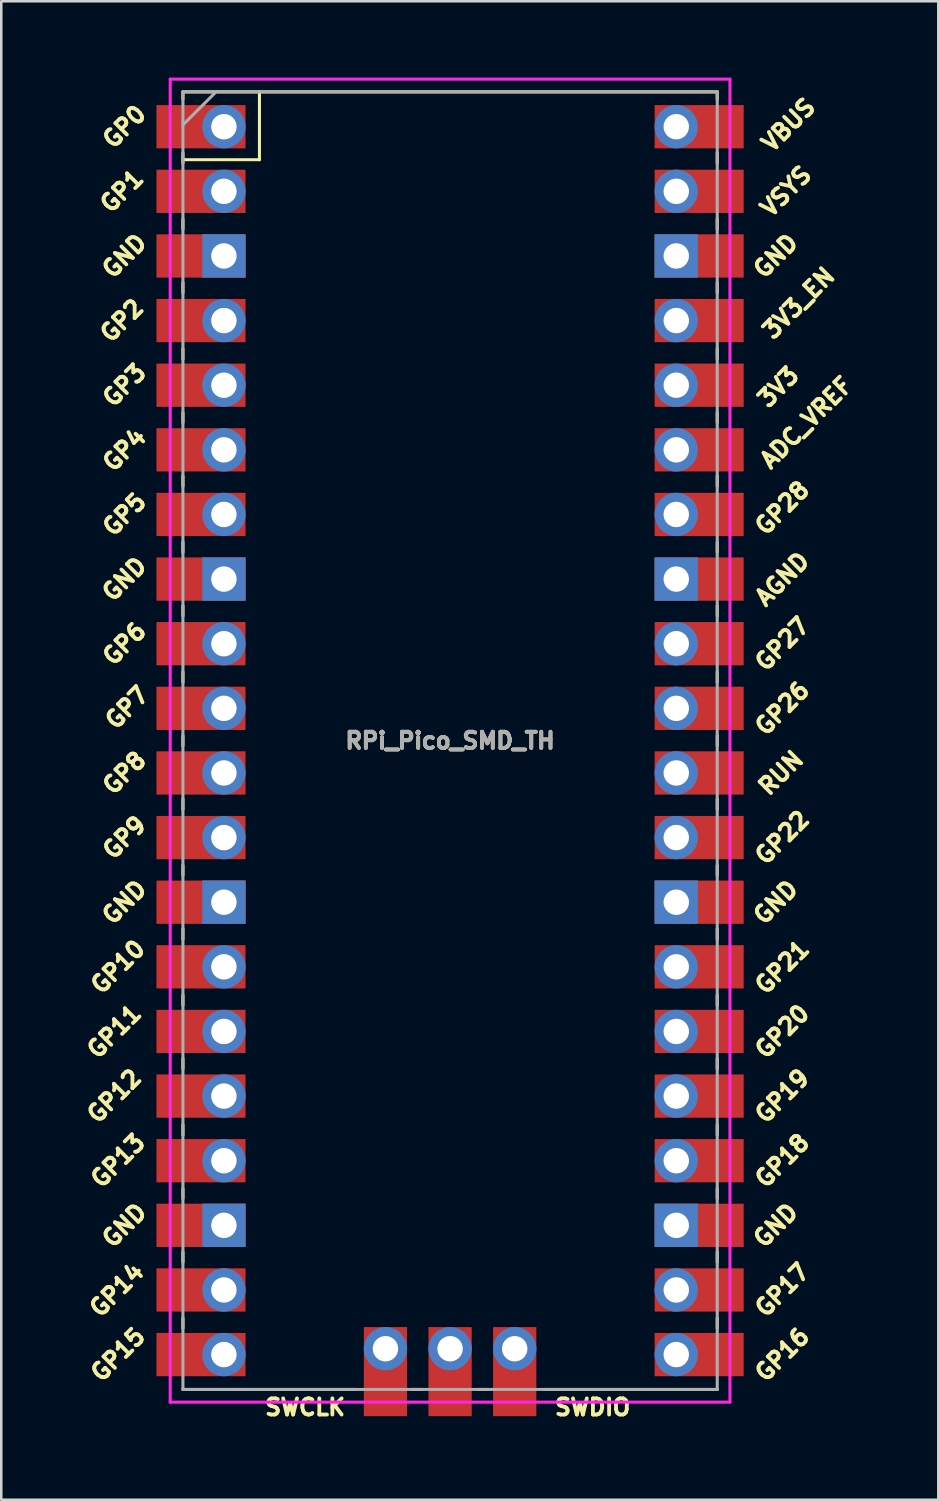
<source format=kicad_pcb>
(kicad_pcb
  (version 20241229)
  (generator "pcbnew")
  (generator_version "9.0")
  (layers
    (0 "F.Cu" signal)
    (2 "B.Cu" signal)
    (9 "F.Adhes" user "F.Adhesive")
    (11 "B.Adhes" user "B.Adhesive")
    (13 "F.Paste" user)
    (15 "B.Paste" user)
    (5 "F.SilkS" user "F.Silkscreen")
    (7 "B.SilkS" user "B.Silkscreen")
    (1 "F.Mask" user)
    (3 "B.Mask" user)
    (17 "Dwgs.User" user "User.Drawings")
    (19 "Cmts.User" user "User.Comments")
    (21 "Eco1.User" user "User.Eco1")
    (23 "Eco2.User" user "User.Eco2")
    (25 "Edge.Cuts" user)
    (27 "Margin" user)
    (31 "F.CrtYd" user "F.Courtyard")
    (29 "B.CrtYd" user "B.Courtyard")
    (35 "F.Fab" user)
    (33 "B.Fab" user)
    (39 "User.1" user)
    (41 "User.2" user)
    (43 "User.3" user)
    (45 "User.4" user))
  (footprint "RPi_Pico_SMD_TH"
    (layer "F.Cu")
    (at 14.64 26.06)
    (property "Reference" "RPi_Pico_SMD_TH" (at 0 0 0) (layer "F.SilkS") (effects (font (size 0.635 0.635) (thickness 0.15))))
    (attr through_hole)
    (fp_line (start -10.5 -25.5) (end -10.5 -25.2) (stroke (width 0.12) (type solid)) (layer "F.SilkS"))
    (fp_line (start -10.5 -25.5) (end 10.5 -25.5) (stroke (width 0.12) (type solid)) (layer "F.SilkS"))
    (fp_line (start -10.5 -23.1) (end -10.5 -22.7) (stroke (width 0.12) (type solid)) (layer "F.SilkS"))
    (fp_line (start -10.5 -22.833) (end -7.493 -22.833) (stroke (width 0.12) (type solid)) (layer "F.SilkS"))
    (fp_line (start -10.5 -20.5) (end -10.5 -20.1) (stroke (width 0.12) (type solid)) (layer "F.SilkS"))
    (fp_line (start -10.5 -18) (end -10.5 -17.6) (stroke (width 0.12) (type solid)) (layer "F.SilkS"))
    (fp_line (start -10.5 -15.4) (end -10.5 -15) (stroke (width 0.12) (type solid)) (layer "F.SilkS"))
    (fp_line (start -10.5 -12.9) (end -10.5 -12.5) (stroke (width 0.12) (type solid)) (layer "F.SilkS"))
    (fp_line (start -10.5 -10.4) (end -10.5 -10) (stroke (width 0.12) (type solid)) (layer "F.SilkS"))
    (fp_line (start -10.5 -7.8) (end -10.5 -7.4) (stroke (width 0.12) (type solid)) (layer "F.SilkS"))
    (fp_line (start -10.5 -5.3) (end -10.5 -4.9) (stroke (width 0.12) (type solid)) (layer "F.SilkS"))
    (fp_line (start -10.5 -2.7) (end -10.5 -2.3) (stroke (width 0.12) (type solid)) (layer "F.SilkS"))
    (fp_line (start -10.5 -0.2) (end -10.5 0.2) (stroke (width 0.12) (type solid)) (layer "F.SilkS"))
    (fp_line (start -10.5 2.3) (end -10.5 2.7) (stroke (width 0.12) (type solid)) (layer "F.SilkS"))
    (fp_line (start -10.5 4.9) (end -10.5 5.3) (stroke (width 0.12) (type solid)) (layer "F.SilkS"))
    (fp_line (start -10.5 7.4) (end -10.5 7.8) (stroke (width 0.12) (type solid)) (layer "F.SilkS"))
    (fp_line (start -10.5 10) (end -10.5 10.4) (stroke (width 0.12) (type solid)) (layer "F.SilkS"))
    (fp_line (start -10.5 12.5) (end -10.5 12.9) (stroke (width 0.12) (type solid)) (layer "F.SilkS"))
    (fp_line (start -10.5 15.1) (end -10.5 15.5) (stroke (width 0.12) (type solid)) (layer "F.SilkS"))
    (fp_line (start -10.5 17.6) (end -10.5 18) (stroke (width 0.12) (type solid)) (layer "F.SilkS"))
    (fp_line (start -10.5 20.1) (end -10.5 20.5) (stroke (width 0.12) (type solid)) (layer "F.SilkS"))
    (fp_line (start -10.5 22.7) (end -10.5 23.1) (stroke (width 0.12) (type solid)) (layer "F.SilkS"))
    (fp_line (start -7.493 -22.833) (end -7.493 -25.5) (stroke (width 0.12) (type solid)) (layer "F.SilkS"))
    (fp_line (start -3.7 25.5) (end -10.5 25.5) (stroke (width 0.12) (type solid)) (layer "F.SilkS"))
    (fp_line (start -1.5 25.5) (end -1.1 25.5) (stroke (width 0.12) (type solid)) (layer "F.SilkS"))
    (fp_line (start 1.1 25.5) (end 1.5 25.5) (stroke (width 0.12) (type solid)) (layer "F.SilkS"))
    (fp_line (start 10.5 -25.5) (end 10.5 -25.2) (stroke (width 0.12) (type solid)) (layer "F.SilkS"))
    (fp_line (start 10.5 -23.1) (end 10.5 -22.7) (stroke (width 0.12) (type solid)) (layer "F.SilkS"))
    (fp_line (start 10.5 -20.5) (end 10.5 -20.1) (stroke (width 0.12) (type solid)) (layer "F.SilkS"))
    (fp_line (start 10.5 -18) (end 10.5 -17.6) (stroke (width 0.12) (type solid)) (layer "F.SilkS"))
    (fp_line (start 10.5 -15.4) (end 10.5 -15) (stroke (width 0.12) (type solid)) (layer "F.SilkS"))
    (fp_line (start 10.5 -12.9) (end 10.5 -12.5) (stroke (width 0.12) (type solid)) (layer "F.SilkS"))
    (fp_line (start 10.5 -10.4) (end 10.5 -10) (stroke (width 0.12) (type solid)) (layer "F.SilkS"))
    (fp_line (start 10.5 -7.8) (end 10.5 -7.4) (stroke (width 0.12) (type solid)) (layer "F.SilkS"))
    (fp_line (start 10.5 -5.3) (end 10.5 -4.9) (stroke (width 0.12) (type solid)) (layer "F.SilkS"))
    (fp_line (start 10.5 -2.7) (end 10.5 -2.3) (stroke (width 0.12) (type solid)) (layer "F.SilkS"))
    (fp_line (start 10.5 -0.2) (end 10.5 0.2) (stroke (width 0.12) (type solid)) (layer "F.SilkS"))
    (fp_line (start 10.5 2.3) (end 10.5 2.7) (stroke (width 0.12) (type solid)) (layer "F.SilkS"))
    (fp_line (start 10.5 4.9) (end 10.5 5.3) (stroke (width 0.12) (type solid)) (layer "F.SilkS"))
    (fp_line (start 10.5 7.4) (end 10.5 7.8) (stroke (width 0.12) (type solid)) (layer "F.SilkS"))
    (fp_line (start 10.5 10) (end 10.5 10.4) (stroke (width 0.12) (type solid)) (layer "F.SilkS"))
    (fp_line (start 10.5 12.5) (end 10.5 12.9) (stroke (width 0.12) (type solid)) (layer "F.SilkS"))
    (fp_line (start 10.5 15.1) (end 10.5 15.5) (stroke (width 0.12) (type solid)) (layer "F.SilkS"))
    (fp_line (start 10.5 17.6) (end 10.5 18) (stroke (width 0.12) (type solid)) (layer "F.SilkS"))
    (fp_line (start 10.5 20.1) (end 10.5 20.5) (stroke (width 0.12) (type solid)) (layer "F.SilkS"))
    (fp_line (start 10.5 22.7) (end 10.5 23.1) (stroke (width 0.12) (type solid)) (layer "F.SilkS"))
    (fp_line (start 10.5 25.5) (end 3.7 25.5) (stroke (width 0.12) (type solid)) (layer "F.SilkS"))
    (fp_line (start -11 -26) (end 11 -26) (stroke (width 0.12) (type solid)) (layer "F.CrtYd"))
    (fp_line (start -11 26) (end -11 -26) (stroke (width 0.12) (type solid)) (layer "F.CrtYd"))
    (fp_line (start 11 -26) (end 11 26) (stroke (width 0.12) (type solid)) (layer "F.CrtYd"))
    (fp_line (start 11 26) (end -11 26) (stroke (width 0.12) (type solid)) (layer "F.CrtYd"))
    (fp_line (start -10.5 -25.5) (end 10.5 -25.5) (stroke (width 0.12) (type solid)) (layer "F.Fab"))
    (fp_line (start -10.5 -24.2) (end -9.2 -25.5) (stroke (width 0.12) (type solid)) (layer "F.Fab"))
    (fp_line (start -10.5 25.5) (end -10.5 -25.5) (stroke (width 0.12) (type solid)) (layer "F.Fab"))
    (fp_line (start 10.5 -25.5) (end 10.5 25.5) (stroke (width 0.12) (type solid)) (layer "F.Fab"))
    (fp_line (start 10.5 25.5) (end -10.5 25.5) (stroke (width 0.12) (type solid)) (layer "F.Fab"))
    (fp_text user "GND" (at -12.8 -6.35 45) (layer "F.SilkS") (effects (font (size 0.635 0.635) (thickness 0.15))))
    (fp_text user "GP18" (at 13.054 16.51 45) (layer "F.SilkS") (effects (font (size 0.635 0.635) (thickness 0.15))))
    (fp_text user "GP27" (at 13.054 -3.8 45) (layer "F.SilkS") (effects (font (size 0.635 0.635) (thickness 0.15))))
    (fp_text user "SWDIO" (at 5.6 26.2 0) (layer "F.SilkS") (effects (font (size 0.635 0.635) (thickness 0.15))))
    (fp_text user "GP12" (at -13.2 13.97 45) (layer "F.SilkS") (effects (font (size 0.635 0.635) (thickness 0.15))))
    (fp_text user "VSYS" (at 13.2 -21.59 45) (layer "F.SilkS") (effects (font (size 0.635 0.635) (thickness 0.15))))
    (fp_text user "GP19" (at 13.054 13.97 45) (layer "F.SilkS") (effects (font (size 0.635 0.635) (thickness 0.15))))
    (fp_text user "GP16" (at 13.054 24.13 45) (layer "F.SilkS") (effects (font (size 0.635 0.635) (thickness 0.15))))
    (fp_text user "GND" (at -12.8 -19.05 45) (layer "F.SilkS") (effects (font (size 0.635 0.635) (thickness 0.15))))
    (fp_text user "ADC_VREF" (at 14 -12.5 45) (layer "F.SilkS") (effects (font (size 0.635 0.635) (thickness 0.15))))
    (fp_text user "VBUS" (at 13.3 -24.2 45) (layer "F.SilkS") (effects (font (size 0.635 0.635) (thickness 0.15))))
    (fp_text user "SWCLK" (at -5.7 26.2 0) (layer "F.SilkS") (effects (font (size 0.635 0.635) (thickness 0.15))))
    (fp_text user "GP3" (at -12.8 -13.97 45) (layer "F.SilkS") (effects (font (size 0.635 0.635) (thickness 0.15))))
    (fp_text user "GND" (at 12.8 -19.05 45) (layer "F.SilkS") (effects (font (size 0.635 0.635) (thickness 0.15))))
    (fp_text user "GP15" (at -13.054 24.13 45) (layer "F.SilkS") (effects (font (size 0.635 0.635) (thickness 0.15))))
    (fp_text user "GP22" (at 13.054 3.81 45) (layer "F.SilkS") (effects (font (size 0.635 0.635) (thickness 0.15))))
    (fp_text user "GP13" (at -13.054 16.51 45) (layer "F.SilkS") (effects (font (size 0.635 0.635) (thickness 0.15))))
    (fp_text user "GND" (at -12.8 19.05 45) (layer "F.SilkS") (effects (font (size 0.635 0.635) (thickness 0.15))))
    (fp_text user "AGND" (at 13.054 -6.35 45) (layer "F.SilkS") (effects (font (size 0.635 0.635) (thickness 0.15))))
    (fp_text user "GP17" (at 13.054 21.59 45) (layer "F.SilkS") (effects (font (size 0.635 0.635) (thickness 0.15))))
    (fp_text user "3V3_EN" (at 13.7 -17.2 45) (layer "F.SilkS") (effects (font (size 0.635 0.635) (thickness 0.15))))
    (fp_text user "GP10" (at -13.054 8.89 45) (layer "F.SilkS") (effects (font (size 0.635 0.635) (thickness 0.15))))
    (fp_text user "GP26" (at 13.054 -1.27 45) (layer "F.SilkS") (effects (font (size 0.635 0.635) (thickness 0.15))))
    (fp_text user "GP1" (at -12.9 -21.6 45) (layer "F.SilkS") (effects (font (size 0.635 0.635) (thickness 0.15))))
    (fp_text user "GP2" (at -12.9 -16.51 45) (layer "F.SilkS") (effects (font (size 0.635 0.635) (thickness 0.15))))
    (fp_text user "GP11" (at -13.2 11.43 45) (layer "F.SilkS") (effects (font (size 0.635 0.635) (thickness 0.15))))
    (fp_text user "GP20" (at 13.054 11.43 45) (layer "F.SilkS") (effects (font (size 0.635 0.635) (thickness 0.15))))
    (fp_text user "GND" (at 12.8 6.35 45) (layer "F.SilkS") (effects (font (size 0.635 0.635) (thickness 0.15))))
    (fp_text user "GP9" (at -12.8 3.81 45) (layer "F.SilkS") (effects (font (size 0.635 0.635) (thickness 0.15))))
    (fp_text user "GND" (at 12.8 19.05 45) (layer "F.SilkS") (effects (font (size 0.635 0.635) (thickness 0.15))))
    (fp_text user "GP4" (at -12.8 -11.43 45) (layer "F.SilkS") (effects (font (size 0.635 0.635) (thickness 0.15))))
    (fp_text user "GND" (at -12.8 6.35 45) (layer "F.SilkS") (effects (font (size 0.635 0.635) (thickness 0.15))))
    (fp_text user "GP14" (at -13.1 21.59 45) (layer "F.SilkS") (effects (font (size 0.635 0.635) (thickness 0.15))))
    (fp_text user "GP5" (at -12.8 -8.89 45) (layer "F.SilkS") (effects (font (size 0.635 0.635) (thickness 0.15))))
    (fp_text user "GP8" (at -12.8 1.27 45) (layer "F.SilkS") (effects (font (size 0.635 0.635) (thickness 0.15))))
    (fp_text user "GP6" (at -12.8 -3.81 45) (layer "F.SilkS") (effects (font (size 0.635 0.635) (thickness 0.15))))
    (fp_text user "3V3" (at 12.9 -13.9 45) (layer "F.SilkS") (effects (font (size 0.635 0.635) (thickness 0.15))))
    (fp_text user "RUN" (at 13 1.27 45) (layer "F.SilkS") (effects (font (size 0.635 0.635) (thickness 0.15))))
    (fp_text user "GP28" (at 13.054 -9.144 45) (layer "F.SilkS") (effects (font (size 0.635 0.635) (thickness 0.15))))
    (fp_text user "GP21" (at 13.054 8.9 45) (layer "F.SilkS") (effects (font (size 0.635 0.635) (thickness 0.15))))
    (fp_text user "GP7" (at -12.7 -1.3 45) (layer "F.SilkS") (effects (font (size 0.635 0.635) (thickness 0.15))))
    (fp_text user "GP0" (at -12.8 -24.13 45) (layer "F.SilkS") (effects (font (size 0.635 0.635) (thickness 0.15))))
    (fp_text user "${REFERENCE}" (at 0 0 180) (layer "F.Fab") (effects (font (size 0.635 0.635) (thickness 0.15))))
    (pad "1" thru_hole oval (at -8.89 -24.13) (size 1.7 1.7) (drill 1) (layers "*.Cu" "*.Mask"))
    (pad "1" smd rect (at -8.89 -24.13) (size 3.5 1.7) (drill (offset -0.9 0)) (layers "F.Cu" "F.Mask"))
    (pad "2" thru_hole oval (at -8.89 -21.59) (size 1.7 1.7) (drill 1) (layers "*.Cu" "*.Mask"))
    (pad "2" smd rect (at -8.89 -21.59) (size 3.5 1.7) (drill (offset -0.9 0)) (layers "F.Cu" "F.Mask"))
    (pad "3" thru_hole rect (at -8.89 -19.05) (size 1.7 1.7) (drill 1) (layers "*.Cu" "*.Mask"))
    (pad "3" smd rect (at -8.89 -19.05) (size 3.5 1.7) (drill (offset -0.9 0)) (layers "F.Cu" "F.Mask"))
    (pad "4" thru_hole oval (at -8.89 -16.51) (size 1.7 1.7) (drill 1) (layers "*.Cu" "*.Mask"))
    (pad "4" smd rect (at -8.89 -16.51) (size 3.5 1.7) (drill (offset -0.9 0)) (layers "F.Cu" "F.Mask"))
    (pad "5" thru_hole oval (at -8.89 -13.97) (size 1.7 1.7) (drill 1) (layers "*.Cu" "*.Mask"))
    (pad "5" smd rect (at -8.89 -13.97) (size 3.5 1.7) (drill (offset -0.9 0)) (layers "F.Cu" "F.Mask"))
    (pad "6" thru_hole oval (at -8.89 -11.43) (size 1.7 1.7) (drill 1) (layers "*.Cu" "*.Mask"))
    (pad "6" smd rect (at -8.89 -11.43) (size 3.5 1.7) (drill (offset -0.9 0)) (layers "F.Cu" "F.Mask"))
    (pad "7" thru_hole oval (at -8.89 -8.89) (size 1.7 1.7) (drill 1) (layers "*.Cu" "*.Mask"))
    (pad "7" smd rect (at -8.89 -8.89) (size 3.5 1.7) (drill (offset -0.9 0)) (layers "F.Cu" "F.Mask"))
    (pad "8" thru_hole rect (at -8.89 -6.35) (size 1.7 1.7) (drill 1) (layers "*.Cu" "*.Mask"))
    (pad "8" smd rect (at -8.89 -6.35) (size 3.5 1.7) (drill (offset -0.9 0)) (layers "F.Cu" "F.Mask"))
    (pad "9" thru_hole oval (at -8.89 -3.81) (size 1.7 1.7) (drill 1) (layers "*.Cu" "*.Mask"))
    (pad "9" smd rect (at -8.89 -3.81) (size 3.5 1.7) (drill (offset -0.9 0)) (layers "F.Cu" "F.Mask"))
    (pad "10" thru_hole oval (at -8.89 -1.27) (size 1.7 1.7) (drill 1) (layers "*.Cu" "*.Mask"))
    (pad "10" smd rect (at -8.89 -1.27) (size 3.5 1.7) (drill (offset -0.9 0)) (layers "F.Cu" "F.Mask"))
    (pad "11" thru_hole oval (at -8.89 1.27) (size 1.7 1.7) (drill 1) (layers "*.Cu" "*.Mask"))
    (pad "11" smd rect (at -8.89 1.27) (size 3.5 1.7) (drill (offset -0.9 0)) (layers "F.Cu" "F.Mask"))
    (pad "12" thru_hole oval (at -8.89 3.81) (size 1.7 1.7) (drill 1) (layers "*.Cu" "*.Mask"))
    (pad "12" smd rect (at -8.89 3.81) (size 3.5 1.7) (drill (offset -0.9 0)) (layers "F.Cu" "F.Mask"))
    (pad "13" thru_hole rect (at -8.89 6.35) (size 1.7 1.7) (drill 1) (layers "*.Cu" "*.Mask"))
    (pad "13" smd rect (at -8.89 6.35) (size 3.5 1.7) (drill (offset -0.9 0)) (layers "F.Cu" "F.Mask"))
    (pad "14" thru_hole oval (at -8.89 8.89) (size 1.7 1.7) (drill 1) (layers "*.Cu" "*.Mask"))
    (pad "14" smd rect (at -8.89 8.89) (size 3.5 1.7) (drill (offset -0.9 0)) (layers "F.Cu" "F.Mask"))
    (pad "15" thru_hole oval (at -8.89 11.43) (size 1.7 1.7) (drill 1) (layers "*.Cu" "*.Mask"))
    (pad "15" smd rect (at -8.89 11.43) (size 3.5 1.7) (drill (offset -0.9 0)) (layers "F.Cu" "F.Mask"))
    (pad "16" thru_hole oval (at -8.89 13.97) (size 1.7 1.7) (drill 1) (layers "*.Cu" "*.Mask"))
    (pad "16" smd rect (at -8.89 13.97) (size 3.5 1.7) (drill (offset -0.9 0)) (layers "F.Cu" "F.Mask"))
    (pad "17" thru_hole oval (at -8.89 16.51) (size 1.7 1.7) (drill 1) (layers "*.Cu" "*.Mask"))
    (pad "17" smd rect (at -8.89 16.51) (size 3.5 1.7) (drill (offset -0.9 0)) (layers "F.Cu" "F.Mask"))
    (pad "18" thru_hole rect (at -8.89 19.05) (size 1.7 1.7) (drill 1) (layers "*.Cu" "*.Mask"))
    (pad "18" smd rect (at -8.89 19.05) (size 3.5 1.7) (drill (offset -0.9 0)) (layers "F.Cu" "F.Mask"))
    (pad "19" thru_hole oval (at -8.89 21.59) (size 1.7 1.7) (drill 1) (layers "*.Cu" "*.Mask"))
    (pad "19" smd rect (at -8.89 21.59) (size 3.5 1.7) (drill (offset -0.9 0)) (layers "F.Cu" "F.Mask"))
    (pad "20" thru_hole oval (at -8.89 24.13) (size 1.7 1.7) (drill 1) (layers "*.Cu" "*.Mask"))
    (pad "20" smd rect (at -8.89 24.13) (size 3.5 1.7) (drill (offset -0.9 0)) (layers "F.Cu" "F.Mask"))
    (pad "21" thru_hole oval (at 8.89 24.13) (size 1.7 1.7) (drill 1) (layers "*.Cu" "*.Mask"))
    (pad "21" smd rect (at 8.89 24.13) (size 3.5 1.7) (drill (offset 0.9 0)) (layers "F.Cu" "F.Mask"))
    (pad "22" thru_hole oval (at 8.89 21.59) (size 1.7 1.7) (drill 1) (layers "*.Cu" "*.Mask"))
    (pad "22" smd rect (at 8.89 21.59) (size 3.5 1.7) (drill (offset 0.9 0)) (layers "F.Cu" "F.Mask"))
    (pad "23" thru_hole rect (at 8.89 19.05) (size 1.7 1.7) (drill 1) (layers "*.Cu" "*.Mask"))
    (pad "23" smd rect (at 8.89 19.05) (size 3.5 1.7) (drill (offset 0.9 0)) (layers "F.Cu" "F.Mask"))
    (pad "24" thru_hole oval (at 8.89 16.51) (size 1.7 1.7) (drill 1) (layers "*.Cu" "*.Mask"))
    (pad "24" smd rect (at 8.89 16.51) (size 3.5 1.7) (drill (offset 0.9 0)) (layers "F.Cu" "F.Mask"))
    (pad "25" thru_hole oval (at 8.89 13.97) (size 1.7 1.7) (drill 1) (layers "*.Cu" "*.Mask"))
    (pad "25" smd rect (at 8.89 13.97) (size 3.5 1.7) (drill (offset 0.9 0)) (layers "F.Cu" "F.Mask"))
    (pad "26" thru_hole oval (at 8.89 11.43) (size 1.7 1.7) (drill 1) (layers "*.Cu" "*.Mask"))
    (pad "26" smd rect (at 8.89 11.43) (size 3.5 1.7) (drill (offset 0.9 0)) (layers "F.Cu" "F.Mask"))
    (pad "27" thru_hole oval (at 8.89 8.89) (size 1.7 1.7) (drill 1) (layers "*.Cu" "*.Mask"))
    (pad "27" smd rect (at 8.89 8.89) (size 3.5 1.7) (drill (offset 0.9 0)) (layers "F.Cu" "F.Mask"))
    (pad "28" thru_hole rect (at 8.89 6.35) (size 1.7 1.7) (drill 1) (layers "*.Cu" "*.Mask"))
    (pad "28" smd rect (at 8.89 6.35) (size 3.5 1.7) (drill (offset 0.9 0)) (layers "F.Cu" "F.Mask"))
    (pad "29" thru_hole oval (at 8.89 3.81) (size 1.7 1.7) (drill 1) (layers "*.Cu" "*.Mask"))
    (pad "29" smd rect (at 8.89 3.81) (size 3.5 1.7) (drill (offset 0.9 0)) (layers "F.Cu" "F.Mask"))
    (pad "30" thru_hole oval (at 8.89 1.27) (size 1.7 1.7) (drill 1) (layers "*.Cu" "*.Mask"))
    (pad "30" smd rect (at 8.89 1.27) (size 3.5 1.7) (drill (offset 0.9 0)) (layers "F.Cu" "F.Mask"))
    (pad "31" thru_hole oval (at 8.89 -1.27) (size 1.7 1.7) (drill 1) (layers "*.Cu" "*.Mask"))
    (pad "31" smd rect (at 8.89 -1.27) (size 3.5 1.7) (drill (offset 0.9 0)) (layers "F.Cu" "F.Mask"))
    (pad "32" thru_hole oval (at 8.89 -3.81) (size 1.7 1.7) (drill 1) (layers "*.Cu" "*.Mask"))
    (pad "32" smd rect (at 8.89 -3.81) (size 3.5 1.7) (drill (offset 0.9 0)) (layers "F.Cu" "F.Mask"))
    (pad "33" thru_hole rect (at 8.89 -6.35) (size 1.7 1.7) (drill 1) (layers "*.Cu" "*.Mask"))
    (pad "33" smd rect (at 8.89 -6.35) (size 3.5 1.7) (drill (offset 0.9 0)) (layers "F.Cu" "F.Mask"))
    (pad "34" thru_hole oval (at 8.89 -8.89) (size 1.7 1.7) (drill 1) (layers "*.Cu" "*.Mask"))
    (pad "34" smd rect (at 8.89 -8.89) (size 3.5 1.7) (drill (offset 0.9 0)) (layers "F.Cu" "F.Mask"))
    (pad "35" thru_hole oval (at 8.89 -11.43) (size 1.7 1.7) (drill 1) (layers "*.Cu" "*.Mask"))
    (pad "35" smd rect (at 8.89 -11.43) (size 3.5 1.7) (drill (offset 0.9 0)) (layers "F.Cu" "F.Mask"))
    (pad "36" thru_hole oval (at 8.89 -13.97) (size 1.7 1.7) (drill 1) (layers "*.Cu" "*.Mask"))
    (pad "36" smd rect (at 8.89 -13.97) (size 3.5 1.7) (drill (offset 0.9 0)) (layers "F.Cu" "F.Mask"))
    (pad "37" thru_hole oval (at 8.89 -16.51) (size 1.7 1.7) (drill 1) (layers "*.Cu" "*.Mask"))
    (pad "37" smd rect (at 8.89 -16.51) (size 3.5 1.7) (drill (offset 0.9 0)) (layers "F.Cu" "F.Mask"))
    (pad "38" thru_hole rect (at 8.89 -19.05) (size 1.7 1.7) (drill 1) (layers "*.Cu" "*.Mask"))
    (pad "38" smd rect (at 8.89 -19.05) (size 3.5 1.7) (drill (offset 0.9 0)) (layers "F.Cu" "F.Mask"))
    (pad "39" thru_hole oval (at 8.89 -21.59) (size 1.7 1.7) (drill 1) (layers "*.Cu" "*.Mask"))
    (pad "39" smd rect (at 8.89 -21.59) (size 3.5 1.7) (drill (offset 0.9 0)) (layers "F.Cu" "F.Mask"))
    (pad "40" thru_hole oval (at 8.89 -24.13) (size 1.7 1.7) (drill 1) (layers "*.Cu" "*.Mask"))
    (pad "40" smd rect (at 8.89 -24.13) (size 3.5 1.7) (drill (offset 0.9 0)) (layers "F.Cu" "F.Mask"))
    (pad "41" thru_hole oval (at -2.54 23.9) (size 1.7 1.7) (drill 1) (layers "*.Cu" "*.Mask"))
    (pad "41" smd rect (at -2.54 23.9 90) (size 3.5 1.7) (drill (offset -0.9 0)) (layers "F.Cu" "F.Mask"))
    (pad "42" thru_hole oval (at 0 23.9) (size 1.7 1.7) (drill 1) (layers "*.Cu" "*.Mask"))
    (pad "42" smd rect (at 0 23.9 90) (size 3.5 1.7) (drill (offset -0.9 0)) (layers "F.Cu" "F.Mask"))
    (pad "43" thru_hole oval (at 2.54 23.9) (size 1.7 1.7) (drill 1) (layers "*.Cu" "*.Mask"))
    (pad "43" smd rect (at 2.54 23.9 90) (size 3.5 1.7) (drill (offset -0.9 0)) (layers "F.Cu" "F.Mask")))
  (gr_rect
    (start -3 -3)
    (end 33.828 55.895)
    (stroke (width 0.1) (type default))
    (fill no)
    (layer "Edge.Cuts")))
</source>
